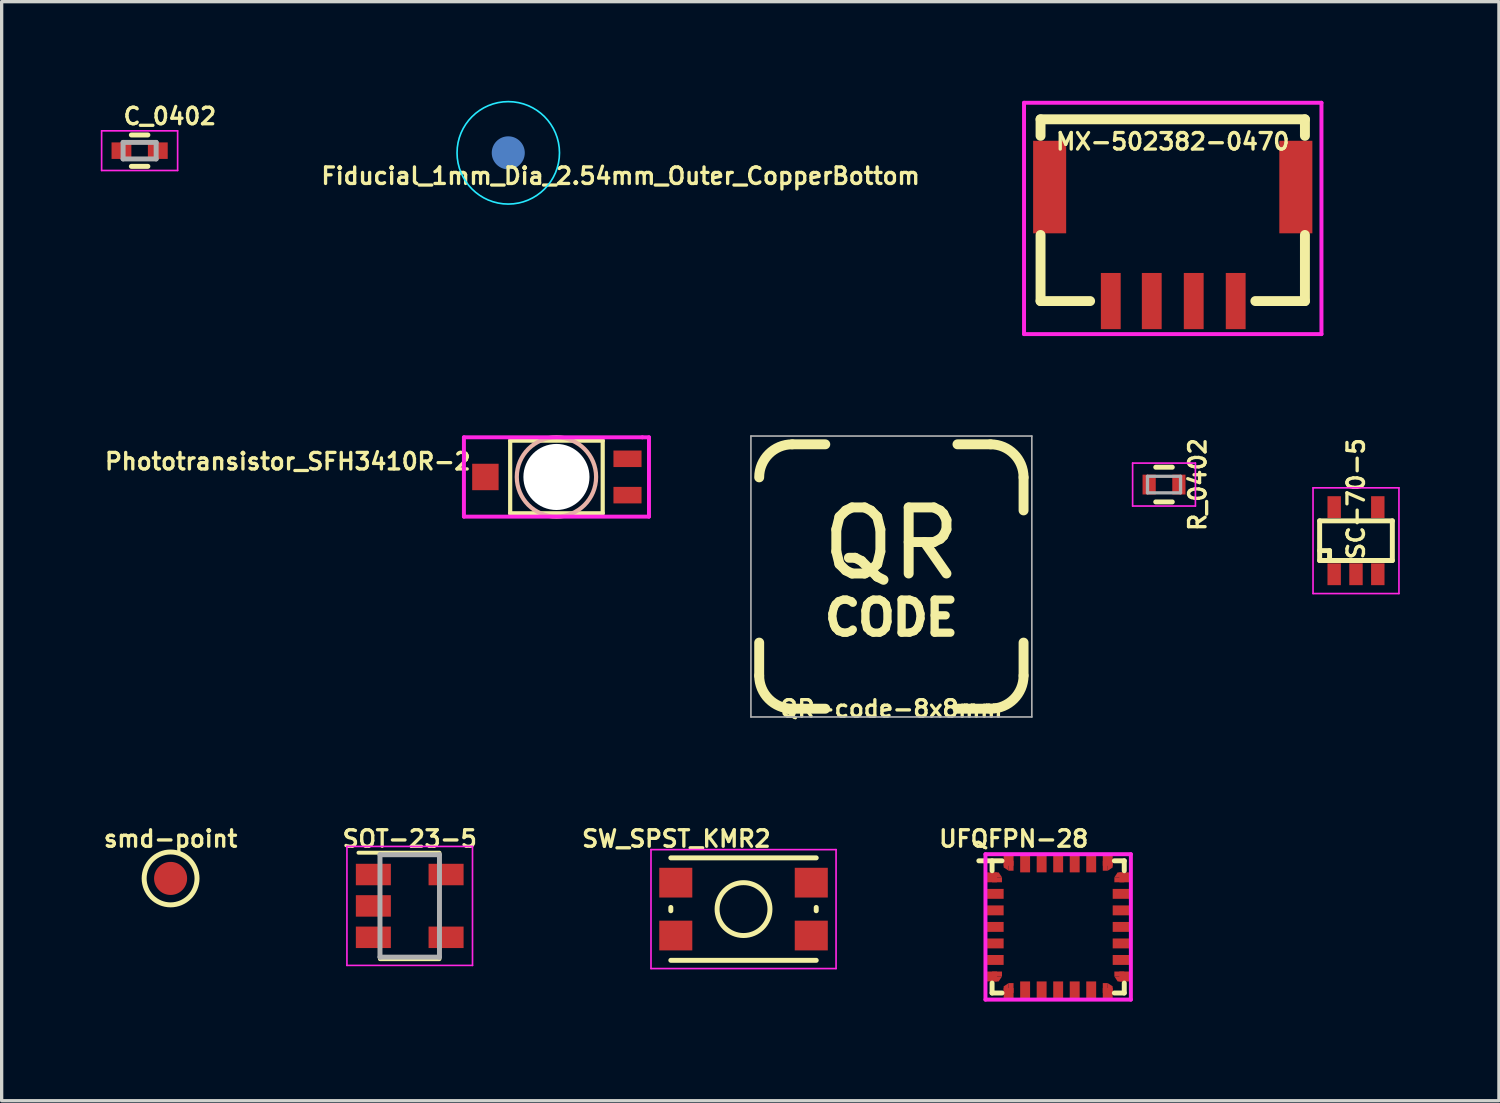
<source format=kicad_pcb>
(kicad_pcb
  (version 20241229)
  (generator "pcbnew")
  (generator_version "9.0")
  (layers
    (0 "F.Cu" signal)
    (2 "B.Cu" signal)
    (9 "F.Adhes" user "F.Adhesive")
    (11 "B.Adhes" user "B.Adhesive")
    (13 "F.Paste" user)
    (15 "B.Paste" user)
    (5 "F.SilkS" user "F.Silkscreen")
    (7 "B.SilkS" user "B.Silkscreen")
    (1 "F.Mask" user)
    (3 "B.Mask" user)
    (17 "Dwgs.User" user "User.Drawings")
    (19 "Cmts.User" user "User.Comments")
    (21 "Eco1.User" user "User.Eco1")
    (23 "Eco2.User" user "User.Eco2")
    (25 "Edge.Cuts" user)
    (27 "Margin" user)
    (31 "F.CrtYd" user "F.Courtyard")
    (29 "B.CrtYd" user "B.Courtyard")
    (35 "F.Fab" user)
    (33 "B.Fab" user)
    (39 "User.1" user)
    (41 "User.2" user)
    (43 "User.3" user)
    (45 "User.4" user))
  (footprint "MX-502382-0470"
    (layer "F.Cu")
    (at 32.437 6.06)
    (property "Reference" "MX-502382-0470" (at 0 -4.826 0) (layer "F.SilkS") (effects (font (size 0.5 0.5) (thickness 0.1))))
    (attr smd)
    (fp_line (start -4 -5.5) (end 4 -5.5) (stroke (width 0.3) (type solid)) (layer "F.SilkS"))
    (fp_line (start -4 -5) (end -4 -5.5) (stroke (width 0.3) (type solid)) (layer "F.SilkS"))
    (fp_line (start -4 0) (end -4 -2) (stroke (width 0.3) (type solid)) (layer "F.SilkS"))
    (fp_line (start -2.5 0) (end -4 0) (stroke (width 0.3) (type solid)) (layer "F.SilkS"))
    (fp_line (start 4 -5.5) (end 4 -5) (stroke (width 0.3) (type solid)) (layer "F.SilkS"))
    (fp_line (start 4 -2) (end 4 0) (stroke (width 0.3) (type solid)) (layer "F.SilkS"))
    (fp_line (start 4 0) (end 2.5 0) (stroke (width 0.3) (type solid)) (layer "F.SilkS"))
    (fp_line (start -4.5 -6) (end 4.5 -6) (stroke (width 0.12) (type solid)) (layer "F.CrtYd"))
    (fp_line (start -4.5 1) (end -4.5 -6) (stroke (width 0.12) (type solid)) (layer "F.CrtYd"))
    (fp_line (start 4.5 -6) (end 4.5 1) (stroke (width 0.12) (type solid)) (layer "F.CrtYd"))
    (fp_line (start 4.5 1) (end -4.5 1) (stroke (width 0.12) (type solid)) (layer "F.CrtYd"))
    (pad "0" smd rect (at -3.725 -3.45) (size 1 2.8) (layers "F.Cu" "F.Mask" "F.Paste"))
    (pad "0" smd rect (at 3.725 -3.45) (size 1 2.8) (layers "F.Cu" "F.Mask" "F.Paste"))
    (pad "1" smd rect (at -1.875 0) (size 0.6 1.7) (layers "F.Cu" "F.Mask" "F.Paste"))
    (pad "2" smd rect (at -0.635 0) (size 0.6 1.7) (layers "F.Cu" "F.Mask" "F.Paste"))
    (pad "3" smd rect (at 0.635 0) (size 0.6 1.7) (layers "F.Cu" "F.Mask" "F.Paste"))
    (pad "4" smd rect (at 1.905 0) (size 0.6 1.7) (layers "F.Cu" "F.Mask" "F.Paste")))
  (footprint "SC-70-5"
    (layer "F.Cu")
    (at 37.982 13.311)
    (property "Reference" "SC-70-5" (at 0 -1.27 90) (layer "F.SilkS") (effects (font (size 0.5 0.5) (thickness 0.1))))
    (attr smd)
    (fp_line (start -1.1 -0.6) (end -1.1 0.6) (stroke (width 0.15) (type solid)) (layer "F.SilkS"))
    (fp_line (start -1.1 0.3) (end -0.8 0.3) (stroke (width 0.15) (type solid)) (layer "F.SilkS"))
    (fp_line (start -1.1 0.6) (end 1.1 0.6) (stroke (width 0.15) (type solid)) (layer "F.SilkS"))
    (fp_line (start -0.8 0.3) (end -0.8 0.6) (stroke (width 0.15) (type solid)) (layer "F.SilkS"))
    (fp_line (start 1.1 -0.6) (end -1.1 -0.6) (stroke (width 0.15) (type solid)) (layer "F.SilkS"))
    (fp_line (start 1.1 0.6) (end 1.1 -0.6) (stroke (width 0.15) (type solid)) (layer "F.SilkS"))
    (fp_line (start -1.3 -1.6) (end 1.3 -1.6) (stroke (width 0.05) (type solid)) (layer "F.CrtYd"))
    (fp_line (start -1.3 1.6) (end -1.3 -1.6) (stroke (width 0.05) (type solid)) (layer "F.CrtYd"))
    (fp_line (start 1.3 -1.6) (end 1.3 1.6) (stroke (width 0.05) (type solid)) (layer "F.CrtYd"))
    (fp_line (start 1.3 1.6) (end -1.3 1.6) (stroke (width 0.05) (type solid)) (layer "F.CrtYd"))
    (pad "1" smd rect (at -0.66 1.016) (size 0.406 0.66) (layers "F.Cu" "F.Mask" "F.Paste"))
    (pad "2" smd rect (at 0 1.016) (size 0.406 0.66) (layers "F.Cu" "F.Mask" "F.Paste"))
    (pad "3" smd rect (at 0.66 1.016) (size 0.406 0.66) (layers "F.Cu" "F.Mask" "F.Paste"))
    (pad "4" smd rect (at 0.66 -1.016) (size 0.406 0.66) (layers "F.Cu" "F.Mask" "F.Paste"))
    (pad "5" smd rect (at -0.66 -1.016) (size 0.406 0.66) (layers "F.Cu" "F.Mask" "F.Paste")))
  (footprint "SOT-23-5"
    (layer "F.Cu")
    (at 9.348 24.363)
    (property "Reference" "SOT-23-5" (at 0 -2.032 0) (layer "F.SilkS") (effects (font (size 0.5 0.5) (thickness 0.1))))
    (attr smd)
    (fp_line (start -0.9 1.61) (end 0.9 1.61) (stroke (width 0.12) (type solid)) (layer "F.SilkS"))
    (fp_line (start 0.9 -1.61) (end -1.55 -1.61) (stroke (width 0.12) (type solid)) (layer "F.SilkS"))
    (fp_line (start -1.9 -1.8) (end 1.9 -1.8) (stroke (width 0.05) (type solid)) (layer "F.CrtYd"))
    (fp_line (start -1.9 1.8) (end -1.9 -1.8) (stroke (width 0.05) (type solid)) (layer "F.CrtYd"))
    (fp_line (start 1.9 -1.8) (end 1.9 1.8) (stroke (width 0.05) (type solid)) (layer "F.CrtYd"))
    (fp_line (start 1.9 1.8) (end -1.9 1.8) (stroke (width 0.05) (type solid)) (layer "F.CrtYd"))
    (fp_line (start -0.9 -1.55) (end -0.9 1.55) (stroke (width 0.15) (type solid)) (layer "F.Fab"))
    (fp_line (start 0.9 -1.55) (end -0.9 -1.55) (stroke (width 0.15) (type solid)) (layer "F.Fab"))
    (fp_line (start 0.9 -1.55) (end 0.9 1.55) (stroke (width 0.15) (type solid)) (layer "F.Fab"))
    (fp_line (start 0.9 1.55) (end -0.9 1.55) (stroke (width 0.15) (type solid)) (layer "F.Fab"))
    (pad "1" smd rect (at -1.1 -0.95) (size 1.06 0.65) (layers "F.Cu" "F.Mask" "F.Paste"))
    (pad "2" smd rect (at -1.1 0) (size 1.06 0.65) (layers "F.Cu" "F.Mask" "F.Paste"))
    (pad "3" smd rect (at -1.1 0.95) (size 1.06 0.65) (layers "F.Cu" "F.Mask" "F.Paste"))
    (pad "4" smd rect (at 1.1 0.95) (size 1.06 0.65) (layers "F.Cu" "F.Mask" "F.Paste"))
    (pad "5" smd rect (at 1.1 -0.95) (size 1.06 0.65) (layers "F.Cu" "F.Mask" "F.Paste")))
  (footprint "smd-point"
    (layer "F.Cu")
    (at 2.112 23.531)
    (property "Reference" "smd-point" (at 0 -1.2 0) (layer "F.SilkS") (effects (font (size 0.5 0.5) (thickness 0.1))))
    (attr exclude_from_pos_files exclude_from_bom)
    (fp_circle (center 0 0) (end -0.8 0) (stroke (width 0.15) (type solid)) (fill no) (layer "F.SilkS"))
    (pad "1" smd circle (at 0 0) (size 1 1) (layers "F.Cu" "F.Mask" "F.Paste")))
  (footprint "Fiducial_1mm_Dia_2.54mm_Outer_CopperBottom"
    (layer "F.Cu")
    (at 12.33 1.575)
    (property "Reference" "Fiducial_1mm_Dia_2.54mm_Outer_CopperBottom" (at 3.4 0.7 0) (layer "F.SilkS") (effects (font (size 0.5 0.5) (thickness 0.1))))
    (attr smd)
    (fp_circle (center 0 0) (end 1.55 0) (stroke (width 0.05) (type solid)) (fill no) (layer "B.CrtYd"))
    (pad "~" smd circle (at 0 0) (size 1 1) (layers "B.Cu" "B.Mask")))
  (footprint "C_0402"
    (layer "F.Cu")
    (at 1.175 1.509)
    (property "Reference" "C_0402" (at 0.914 -1.041 0) (layer "F.SilkS") (effects (font (size 0.5 0.5) (thickness 0.1))))
    (attr smd)
    (fp_line (start -0.25 0.475) (end 0.25 0.475) (stroke (width 0.15) (type solid)) (layer "F.SilkS"))
    (fp_line (start 0.25 -0.475) (end -0.25 -0.475) (stroke (width 0.15) (type solid)) (layer "F.SilkS"))
    (fp_line (start -1.15 -0.6) (end -1.15 0.6) (stroke (width 0.05) (type solid)) (layer "F.CrtYd"))
    (fp_line (start -1.15 -0.6) (end 1.15 -0.6) (stroke (width 0.05) (type solid)) (layer "F.CrtYd"))
    (fp_line (start -1.15 0.6) (end 1.15 0.6) (stroke (width 0.05) (type solid)) (layer "F.CrtYd"))
    (fp_line (start 1.15 -0.6) (end 1.15 0.6) (stroke (width 0.05) (type solid)) (layer "F.CrtYd"))
    (fp_line (start -0.5 -0.25) (end 0.5 -0.25) (stroke (width 0.15) (type solid)) (layer "F.Fab"))
    (fp_line (start -0.5 0.25) (end -0.5 -0.25) (stroke (width 0.15) (type solid)) (layer "F.Fab"))
    (fp_line (start 0.5 -0.25) (end 0.5 0.25) (stroke (width 0.15) (type solid)) (layer "F.Fab"))
    (fp_line (start 0.5 0.25) (end -0.5 0.25) (stroke (width 0.15) (type solid)) (layer "F.Fab"))
    (pad "1" smd rect (at -0.55 0) (size 0.6 0.5) (layers "F.Cu" "F.Mask" "F.Paste"))
    (pad "2" smd rect (at 0.55 0) (size 0.6 0.5) (layers "F.Cu" "F.Mask" "F.Paste")))
  (footprint "Phototransistor_SFH3410R-2"
    (layer "F.Cu")
    (at 13.788 11.383)
    (property "Reference" "Phototransistor_SFH3410R-2" (at -2.54 -0.762 0) (layer "F.SilkS") (effects (font (size 0.5 0.5) (thickness 0.1)) (justify right top)))
    (attr smd)
    (fp_line (start -1.4 -1.1) (end -1.4 1.1) (stroke (width 0.127) (type solid)) (layer "F.SilkS"))
    (fp_line (start -1.4 -1.1) (end 1.4 -1.1) (stroke (width 0.127) (type solid)) (layer "F.SilkS"))
    (fp_line (start -1.4 1.1) (end 1.4 1.1) (stroke (width 0.127) (type solid)) (layer "F.SilkS"))
    (fp_line (start 1.4 -1.1) (end 1.4 1.1) (stroke (width 0.127) (type solid)) (layer "F.SilkS"))
    (fp_circle (center 0 0) (end 1.2 0) (stroke (width 0.127) (type solid)) (fill no) (layer "B.SilkS"))
    (fp_line (start -2.8 -1.2) (end -2.8 1.2) (stroke (width 0.12) (type solid)) (layer "F.CrtYd"))
    (fp_line (start -2.8 1.2) (end 2.8 1.2) (stroke (width 0.12) (type solid)) (layer "F.CrtYd"))
    (fp_line (start 2.6 -1.2) (end -2.8 -1.2) (stroke (width 0.12) (type solid)) (layer "F.CrtYd"))
    (fp_line (start 2.8 -1.2) (end 2.6 -1.2) (stroke (width 0.12) (type solid)) (layer "F.CrtYd"))
    (fp_line (start 2.8 1.2) (end 2.8 -1.2) (stroke (width 0.12) (type solid)) (layer "F.CrtYd"))
    (pad "" np_thru_hole circle (at 0 0) (size 2 2) (drill 2) (layers "*.Cu" "*.Mask"))
    (pad "1" smd rect (at -2.15 0) (size 0.8 0.8) (layers "F.Cu" "F.Mask" "F.Paste"))
    (pad "2" smd rect (at 2.15 -0.55 180) (size 0.85 0.5) (layers "F.Cu" "F.Mask" "F.Paste"))
    (pad "2" smd rect (at 2.15 0.55 180) (size 0.85 0.5) (layers "F.Cu" "F.Mask" "F.Paste")))
  (footprint "R_0402"
    (layer "F.Cu")
    (at 32.173 11.613)
    (property "Reference" "R_0402" (at 1.016 0 270) (layer "F.SilkS") (effects (font (size 0.5 0.5) (thickness 0.1))))
    (attr smd)
    (fp_line (start -0.25 0.525) (end 0.25 0.525) (stroke (width 0.15) (type solid)) (layer "F.SilkS"))
    (fp_line (start 0.25 -0.525) (end -0.25 -0.525) (stroke (width 0.15) (type solid)) (layer "F.SilkS"))
    (fp_line (start -0.95 -0.65) (end -0.95 0.65) (stroke (width 0.05) (type solid)) (layer "F.CrtYd"))
    (fp_line (start -0.95 -0.65) (end 0.95 -0.65) (stroke (width 0.05) (type solid)) (layer "F.CrtYd"))
    (fp_line (start -0.95 0.65) (end 0.95 0.65) (stroke (width 0.05) (type solid)) (layer "F.CrtYd"))
    (fp_line (start 0.95 -0.65) (end 0.95 0.65) (stroke (width 0.05) (type solid)) (layer "F.CrtYd"))
    (fp_line (start -0.5 -0.25) (end 0.5 -0.25) (stroke (width 0.1) (type solid)) (layer "F.Fab"))
    (fp_line (start -0.5 0.25) (end -0.5 -0.25) (stroke (width 0.1) (type solid)) (layer "F.Fab"))
    (fp_line (start 0.5 -0.25) (end 0.5 0.25) (stroke (width 0.1) (type solid)) (layer "F.Fab"))
    (fp_line (start 0.5 0.25) (end -0.5 0.25) (stroke (width 0.1) (type solid)) (layer "F.Fab"))
    (pad "1" smd rect (at -0.45 0) (size 0.4 0.6) (layers "F.Cu" "F.Mask" "F.Paste"))
    (pad "2" smd rect (at 0.45 0) (size 0.4 0.6) (layers "F.Cu" "F.Mask" "F.Paste")))
  (footprint "QR-code-8x8mm"
    (layer "F.Cu")
    (at 23.923 14.395)
    (property "Reference" "QR-code-8x8mm" (at 0 4 180) (layer "F.SilkS") (effects (font (size 0.5 0.5) (thickness 0.1))))
    (attr exclude_from_pos_files exclude_from_bom)
    (fp_line (start -4 3) (end -4 2) (stroke (width 0.3) (type solid)) (layer "F.SilkS"))
    (fp_line (start -3 -4) (end -2 -4) (stroke (width 0.3) (type solid)) (layer "F.SilkS"))
    (fp_line (start -3 4) (end -2 4) (stroke (width 0.3) (type solid)) (layer "F.SilkS"))
    (fp_line (start 2 -4) (end 3 -4) (stroke (width 0.3) (type solid)) (layer "F.SilkS"))
    (fp_line (start 3 4) (end 2 4) (stroke (width 0.3) (type solid)) (layer "F.SilkS"))
    (fp_line (start 4 -3) (end 4 -2) (stroke (width 0.3) (type solid)) (layer "F.SilkS"))
    (fp_line (start 4 3) (end 4 2) (stroke (width 0.3) (type solid)) (layer "F.SilkS"))
    (fp_arc (start -4 -3) (mid -3.707107 -3.707107) (end -3 -4) (stroke (width 0.3) (type solid)) (layer "F.SilkS"))
    (fp_arc (start -3 4) (mid -3.707107 3.707107) (end -4 3) (stroke (width 0.3) (type solid)) (layer "F.SilkS"))
    (fp_arc (start 3 -4) (mid 3.707107 -3.707107) (end 4 -3) (stroke (width 0.3) (type solid)) (layer "F.SilkS"))
    (fp_arc (start 4 3) (mid 3.707107 3.707107) (end 3 4) (stroke (width 0.3) (type solid)) (layer "F.SilkS"))
    (fp_line (start -4.25 -4.25) (end 4.25 -4.25) (stroke (width 0.05) (type solid)) (layer "F.Fab"))
    (fp_line (start -4.25 4.25) (end -4.25 -4.25) (stroke (width 0.05) (type solid)) (layer "F.Fab"))
    (fp_line (start 4.25 -4.25) (end 4.25 4.25) (stroke (width 0.05) (type solid)) (layer "F.Fab"))
    (fp_line (start 4.25 4.25) (end -4.25 4.25) (stroke (width 0.05) (type solid)) (layer "F.Fab"))
    (fp_text user "CODE" (at 0 1.25 180) (layer "F.SilkS") (effects (font (size 1 1) (thickness 0.25))))
    (fp_text user "QR" (at 0 -1 180) (layer "F.SilkS") (effects (font (size 2 2) (thickness 0.3)))))
  (footprint "UFQFPN-28"
    (layer "F.Cu")
    (at 28.97 24.998)
    (property "Reference" "UFQFPN-28" (at -1.346 -2.667 0) (layer "F.SilkS") (effects (font (size 0.5 0.5) (thickness 0.1))))
    (attr smd)
    (fp_line (start -2 -2) (end -2 -1.7) (stroke (width 0.15) (type solid)) (layer "F.SilkS"))
    (fp_line (start -2 1.7) (end -2 2) (stroke (width 0.15) (type solid)) (layer "F.SilkS"))
    (fp_line (start -2 2) (end -1.7 2) (stroke (width 0.15) (type solid)) (layer "F.SilkS"))
    (fp_line (start -1.7 -2) (end -2.4 -2) (stroke (width 0.15) (type solid)) (layer "F.SilkS"))
    (fp_line (start 1.7 2) (end 2 2) (stroke (width 0.15) (type solid)) (layer "F.SilkS"))
    (fp_line (start 2 -2) (end 1.7 -2) (stroke (width 0.15) (type solid)) (layer "F.SilkS"))
    (fp_line (start 2 -1.7) (end 2 -2) (stroke (width 0.15) (type solid)) (layer "F.SilkS"))
    (fp_line (start 2 2) (end 2 1.7) (stroke (width 0.15) (type solid)) (layer "F.SilkS"))
    (fp_line (start -2.2 -2.2) (end -2.2 2.2) (stroke (width 0.12) (type solid)) (layer "F.CrtYd"))
    (fp_line (start -2.2 2.2) (end 2.2 2.2) (stroke (width 0.12) (type solid)) (layer "F.CrtYd"))
    (fp_line (start 2.2 -2.2) (end -2.2 -2.2) (stroke (width 0.12) (type solid)) (layer "F.CrtYd"))
    (fp_line (start 2.2 2.2) (end 2.2 -2.2) (stroke (width 0.12) (type solid)) (layer "F.CrtYd"))
    (pad "1" smd rect (at -2 -1.5) (size 0.3 0.3) (layers "F.Cu" "F.Mask" "F.Paste"))
    (pad "1" smd trapezoid (at -1.9 -1.575) (size 0.3 0.15) (rect_delta 0 0.1) (layers "F.Cu" "F.Mask" "F.Paste"))
    (pad "1" smd rect (at -1.85 -1.425 180) (size 0.3 0.15) (layers "F.Cu" "F.Mask" "F.Paste"))
    (pad "2" smd rect (at -1.9 -1) (size 0.5 0.3) (layers "F.Cu" "F.Mask" "F.Paste"))
    (pad "3" smd rect (at -1.9 -0.5) (size 0.5 0.3) (layers "F.Cu" "F.Mask" "F.Paste"))
    (pad "4" smd rect (at -1.9 0) (size 0.5 0.3) (layers "F.Cu" "F.Mask" "F.Paste"))
    (pad "5" smd rect (at -1.9 0.5) (size 0.5 0.3) (layers "F.Cu" "F.Mask" "F.Paste"))
    (pad "6" smd rect (at -1.9 1) (size 0.5 0.3) (layers "F.Cu" "F.Mask" "F.Paste"))
    (pad "7" smd rect (at -2 1.5) (size 0.3 0.3) (layers "F.Cu" "F.Mask" "F.Paste"))
    (pad "7" smd trapezoid (at -1.9 1.575 180) (size 0.3 0.15) (rect_delta 0 0.1) (layers "F.Cu" "F.Mask" "F.Paste"))
    (pad "7" smd rect (at -1.85 1.425 180) (size 0.3 0.15) (layers "F.Cu" "F.Mask" "F.Paste"))
    (pad "8" smd trapezoid (at -1.575 1.9 90) (size 0.3 0.15) (rect_delta 0 0.1) (layers "F.Cu" "F.Mask" "F.Paste"))
    (pad "8" smd rect (at -1.5 2) (size 0.3 0.3) (layers "F.Cu" "F.Mask" "F.Paste"))
    (pad "8" smd rect (at -1.425 1.85 270) (size 0.3 0.15) (layers "F.Cu" "F.Mask" "F.Paste"))
    (pad "9" smd rect (at -1 1.9) (size 0.3 0.5) (layers "F.Cu" "F.Mask" "F.Paste"))
    (pad "10" smd rect (at -0.5 1.9) (size 0.3 0.5) (layers "F.Cu" "F.Mask" "F.Paste"))
    (pad "11" smd rect (at 0 1.9) (size 0.3 0.5) (layers "F.Cu" "F.Mask" "F.Paste"))
    (pad "12" smd rect (at 0.5 1.9) (size 0.3 0.5) (layers "F.Cu" "F.Mask" "F.Paste"))
    (pad "13" smd rect (at 1 1.9) (size 0.3 0.5) (layers "F.Cu" "F.Mask" "F.Paste"))
    (pad "14" smd rect (at 1.425 1.85 270) (size 0.3 0.15) (layers "F.Cu" "F.Mask" "F.Paste"))
    (pad "14" smd rect (at 1.5 2) (size 0.3 0.3) (layers "F.Cu" "F.Mask" "F.Paste"))
    (pad "14" smd trapezoid (at 1.575 1.9 270) (size 0.3 0.15) (rect_delta 0 0.1) (layers "F.Cu" "F.Mask" "F.Paste"))
    (pad "15" smd rect (at 1.85 1.425) (size 0.3 0.15) (layers "F.Cu" "F.Mask" "F.Paste"))
    (pad "15" smd trapezoid (at 1.9 1.575 180) (size 0.3 0.15) (rect_delta 0 0.1) (layers "F.Cu" "F.Mask" "F.Paste"))
    (pad "15" smd rect (at 2 1.5) (size 0.3 0.3) (layers "F.Cu" "F.Mask" "F.Paste"))
    (pad "16" smd rect (at 1.9 1) (size 0.5 0.3) (layers "F.Cu" "F.Mask" "F.Paste"))
    (pad "17" smd rect (at 1.9 0.5) (size 0.5 0.3) (layers "F.Cu" "F.Mask" "F.Paste"))
    (pad "18" smd rect (at 1.9 0) (size 0.5 0.3) (layers "F.Cu" "F.Mask" "F.Paste"))
    (pad "19" smd rect (at 1.9 -0.5) (size 0.5 0.3) (layers "F.Cu" "F.Mask" "F.Paste"))
    (pad "20" smd rect (at 1.9 -1) (size 0.5 0.3) (layers "F.Cu" "F.Mask" "F.Paste"))
    (pad "21" smd rect (at 1.85 -1.425) (size 0.3 0.15) (layers "F.Cu" "F.Mask" "F.Paste"))
    (pad "21" smd trapezoid (at 1.9 -1.575) (size 0.3 0.15) (rect_delta 0 0.1) (layers "F.Cu" "F.Mask" "F.Paste"))
    (pad "21" smd rect (at 2 -1.5) (size 0.3 0.3) (layers "F.Cu" "F.Mask" "F.Paste"))
    (pad "22" smd rect (at 1.425 -1.85 90) (size 0.3 0.15) (layers "F.Cu" "F.Mask" "F.Paste"))
    (pad "22" smd rect (at 1.5 -2) (size 0.3 0.3) (layers "F.Cu" "F.Mask" "F.Paste"))
    (pad "22" smd trapezoid (at 1.575 -1.9 270) (size 0.3 0.15) (rect_delta 0 0.1) (layers "F.Cu" "F.Mask" "F.Paste"))
    (pad "23" smd rect (at 1 -1.9) (size 0.3 0.5) (layers "F.Cu" "F.Mask" "F.Paste"))
    (pad "24" smd rect (at 0.5 -1.9) (size 0.3 0.5) (layers "F.Cu" "F.Mask" "F.Paste"))
    (pad "25" smd rect (at 0 -1.9) (size 0.3 0.5) (layers "F.Cu" "F.Mask" "F.Paste"))
    (pad "26" smd rect (at -0.5 -1.9) (size 0.3 0.5) (layers "F.Cu" "F.Mask" "F.Paste"))
    (pad "27" smd rect (at -1 -1.9) (size 0.3 0.5) (layers "F.Cu" "F.Mask" "F.Paste"))
    (pad "28" smd trapezoid (at -1.575 -1.9 90) (size 0.3 0.15) (rect_delta 0 0.1) (layers "F.Cu" "F.Mask" "F.Paste"))
    (pad "28" smd rect (at -1.5 -2) (size 0.3 0.3) (layers "F.Cu" "F.Mask" "F.Paste"))
    (pad "28" smd rect (at -1.425 -1.85 90) (size 0.3 0.15) (layers "F.Cu" "F.Mask" "F.Paste")))
  (footprint "SW_SPST_KMR2"
    (layer "F.Cu")
    (at 19.449 24.459)
    (property "Reference" "SW_SPST_KMR2" (at -2.032 -2.128 180) (layer "F.SilkS") (effects (font (size 0.5 0.5) (thickness 0.1))))
    (attr smd)
    (fp_line (start -2.2 0.05) (end -2.2 -0.05) (stroke (width 0.15) (type solid)) (layer "F.SilkS"))
    (fp_line (start -2.2 1.55) (end 2.2 1.55) (stroke (width 0.15) (type solid)) (layer "F.SilkS"))
    (fp_line (start 2.2 -1.55) (end -2.2 -1.55) (stroke (width 0.15) (type solid)) (layer "F.SilkS"))
    (fp_line (start 2.2 0.05) (end 2.2 -0.05) (stroke (width 0.15) (type solid)) (layer "F.SilkS"))
    (fp_circle (center 0 0) (end 0 0.8) (stroke (width 0.15) (type solid)) (fill no) (layer "F.SilkS"))
    (fp_line (start -2.8 -1.8) (end 2.8 -1.8) (stroke (width 0.05) (type solid)) (layer "F.CrtYd"))
    (fp_line (start -2.8 1.8) (end -2.8 -1.8) (stroke (width 0.05) (type solid)) (layer "F.CrtYd"))
    (fp_line (start 2.8 -1.8) (end 2.8 1.8) (stroke (width 0.05) (type solid)) (layer "F.CrtYd"))
    (fp_line (start 2.8 1.8) (end -2.8 1.8) (stroke (width 0.05) (type solid)) (layer "F.CrtYd"))
    (pad "1" smd rect (at -2.05 -0.8 90) (size 0.9 1) (layers "F.Cu" "F.Mask" "F.Paste"))
    (pad "1" smd rect (at 2.05 -0.8 90) (size 0.9 1) (layers "F.Cu" "F.Mask" "F.Paste"))
    (pad "2" smd rect (at -2.05 0.8 90) (size 0.9 1) (layers "F.Cu" "F.Mask" "F.Paste"))
    (pad "2" smd rect (at 2.05 0.8 90) (size 0.9 1) (layers "F.Cu" "F.Mask" "F.Paste")))
  (gr_rect
    (start -3 -3)
    (end 42.307 30.258)
    (stroke (width 0.1) (type default))
    (fill no)
    (layer "Edge.Cuts")))
</source>
